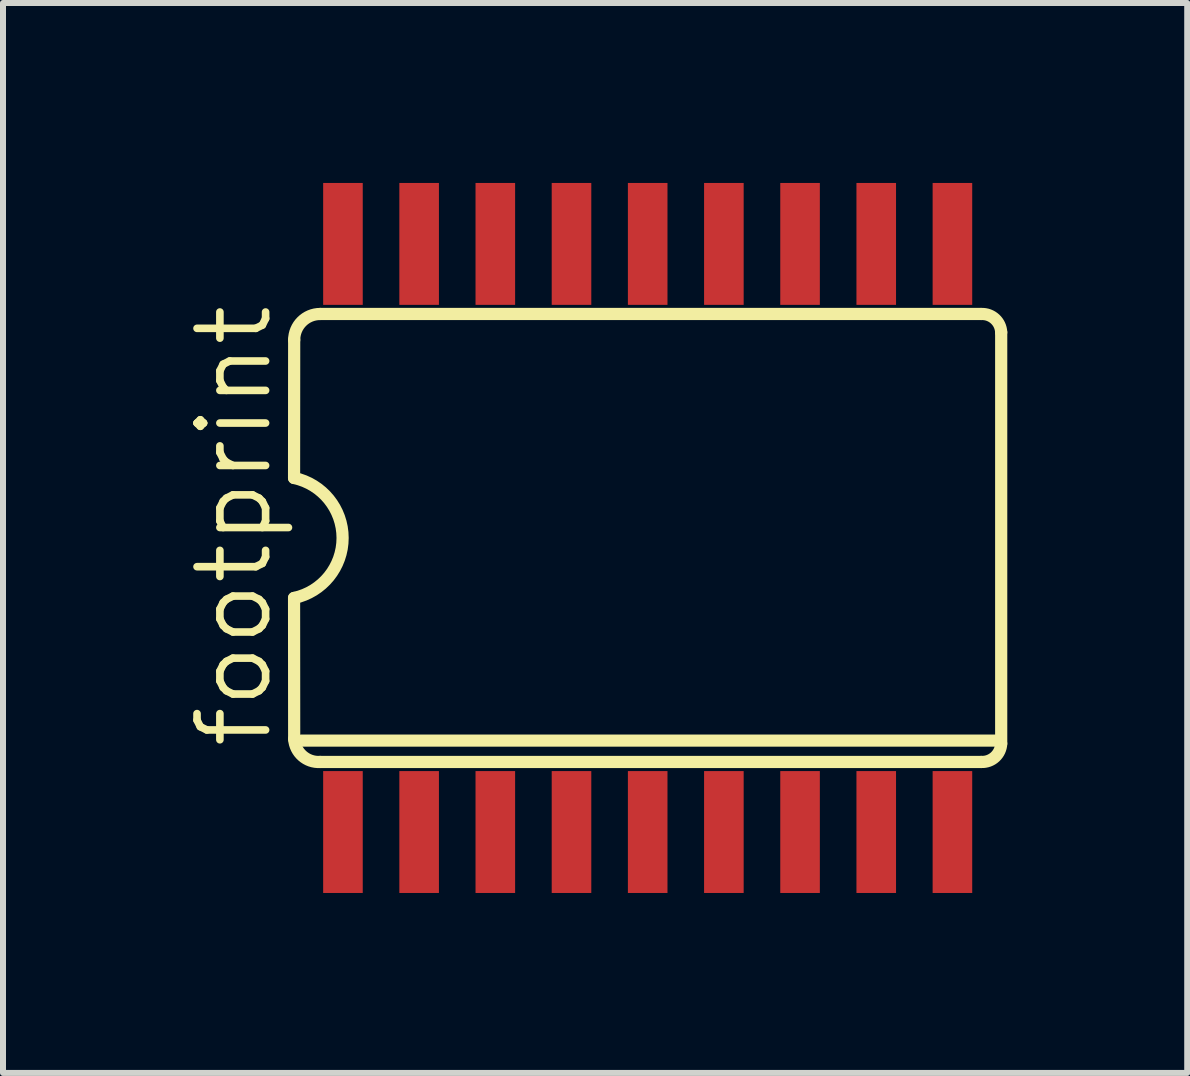
<source format=kicad_pcb>
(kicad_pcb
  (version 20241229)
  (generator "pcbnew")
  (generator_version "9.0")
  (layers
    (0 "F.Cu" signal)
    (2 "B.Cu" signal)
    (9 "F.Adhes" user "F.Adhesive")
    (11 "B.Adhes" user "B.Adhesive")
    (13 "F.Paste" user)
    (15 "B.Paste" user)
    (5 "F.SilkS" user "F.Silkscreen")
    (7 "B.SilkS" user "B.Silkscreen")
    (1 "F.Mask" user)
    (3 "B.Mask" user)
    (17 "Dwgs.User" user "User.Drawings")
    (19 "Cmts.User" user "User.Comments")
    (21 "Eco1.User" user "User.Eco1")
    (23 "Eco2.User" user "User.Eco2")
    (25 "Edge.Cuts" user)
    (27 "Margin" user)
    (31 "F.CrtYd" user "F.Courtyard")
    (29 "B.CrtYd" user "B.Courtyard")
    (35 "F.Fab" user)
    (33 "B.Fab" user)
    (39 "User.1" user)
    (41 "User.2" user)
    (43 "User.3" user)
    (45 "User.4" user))
  (footprint "footprint"
    (layer "F.Cu")
    (at 3.302 5.918)
    (property "Reference" "footprint" (at -1.778 3.556 90) (layer "F.SilkS") (effects (font (size 1.143 1.143) (thickness 0.127)) (justify left bottom)))
    (fp_line (start -1.45 1) (end -1.448 3.353) (stroke (width 0.203) (type solid)) (layer "F.SilkS"))
    (fp_line (start -1.448 -3.302) (end -1.45 -1) (stroke (width 0.203) (type solid)) (layer "F.SilkS"))
    (fp_line (start -1.327 3.378) (end 10.262 3.378) (stroke (width 0.203) (type solid)) (layer "F.SilkS"))
    (fp_line (start -1.016 3.734) (end 10.008 3.734) (stroke (width 0.203) (type solid)) (layer "F.SilkS"))
    (fp_line (start 10.008 -3.734) (end -1.016 -3.734) (stroke (width 0.203) (type solid)) (layer "F.SilkS"))
    (fp_line (start 10.338 3.429) (end 10.338 -3.429) (stroke (width 0.203) (type solid)) (layer "F.SilkS"))
    (fp_arc (start -1.45 -1) (mid -0.640646 0) (end -1.45 1) (stroke (width 0.2032) (type solid)) (layer "F.SilkS"))
    (fp_arc (start -1.4478 -3.302) (mid -1.321329 -3.607329) (end -1.016 -3.7338) (stroke (width 0.2032) (type solid)) (layer "F.SilkS"))
    (fp_arc (start -1.016 3.7338) (mid -1.310808 3.632729) (end -1.4478 3.3528) (stroke (width 0.2032) (type solid)) (layer "F.SilkS"))
    (fp_arc (start 10.0076 -3.7338) (mid 10.235881 -3.649844) (end 10.3378 -3.428998) (stroke (width 0.2032) (type solid)) (layer "F.SilkS"))
    (fp_arc (start 10.3378 3.428998) (mid 10.235881 3.649844) (end 10.0076 3.7338) (stroke (width 0.2032) (type solid)) (layer "F.SilkS"))
    (pad "1" smd rect (at -0.635 4.902) (size 0.66 2.032) (layers "F.Cu" "F.Mask" "F.Paste"))
    (pad "2" smd rect (at 0.635 4.902) (size 0.66 2.032) (layers "F.Cu" "F.Mask" "F.Paste"))
    (pad "3" smd rect (at 1.905 4.902) (size 0.66 2.032) (layers "F.Cu" "F.Mask" "F.Paste"))
    (pad "4" smd rect (at 3.175 4.902) (size 0.66 2.032) (layers "F.Cu" "F.Mask" "F.Paste"))
    (pad "5" smd rect (at 4.445 4.902) (size 0.66 2.032) (layers "F.Cu" "F.Mask" "F.Paste"))
    (pad "6" smd rect (at 5.715 4.902) (size 0.66 2.032) (layers "F.Cu" "F.Mask" "F.Paste"))
    (pad "7" smd rect (at 6.985 4.902) (size 0.66 2.032) (layers "F.Cu" "F.Mask" "F.Paste"))
    (pad "8" smd rect (at 8.255 4.902) (size 0.66 2.032) (layers "F.Cu" "F.Mask" "F.Paste"))
    (pad "9" smd rect (at 9.525 4.902) (size 0.66 2.032) (layers "F.Cu" "F.Mask" "F.Paste"))
    (pad "10" smd rect (at 9.525 -4.902) (size 0.66 2.032) (layers "F.Cu" "F.Mask" "F.Paste"))
    (pad "11" smd rect (at 8.255 -4.902) (size 0.66 2.032) (layers "F.Cu" "F.Mask" "F.Paste"))
    (pad "12" smd rect (at 6.985 -4.902) (size 0.66 2.032) (layers "F.Cu" "F.Mask" "F.Paste"))
    (pad "13" smd rect (at 5.715 -4.902) (size 0.66 2.032) (layers "F.Cu" "F.Mask" "F.Paste"))
    (pad "14" smd rect (at 4.445 -4.902) (size 0.66 2.032) (layers "F.Cu" "F.Mask" "F.Paste"))
    (pad "15" smd rect (at 3.175 -4.902) (size 0.66 2.032) (layers "F.Cu" "F.Mask" "F.Paste"))
    (pad "16" smd rect (at 1.905 -4.902) (size 0.66 2.032) (layers "F.Cu" "F.Mask" "F.Paste"))
    (pad "17" smd rect (at 0.635 -4.902) (size 0.66 2.032) (layers "F.Cu" "F.Mask" "F.Paste"))
    (pad "18" smd rect (at -0.635 -4.902) (size 0.66 2.032) (layers "F.Cu" "F.Mask" "F.Paste")))
  (gr_rect
    (start -3 -3)
    (end 16.741 14.836)
    (stroke (width 0.1) (type default))
    (fill no)
    (layer "Edge.Cuts")))
</source>
